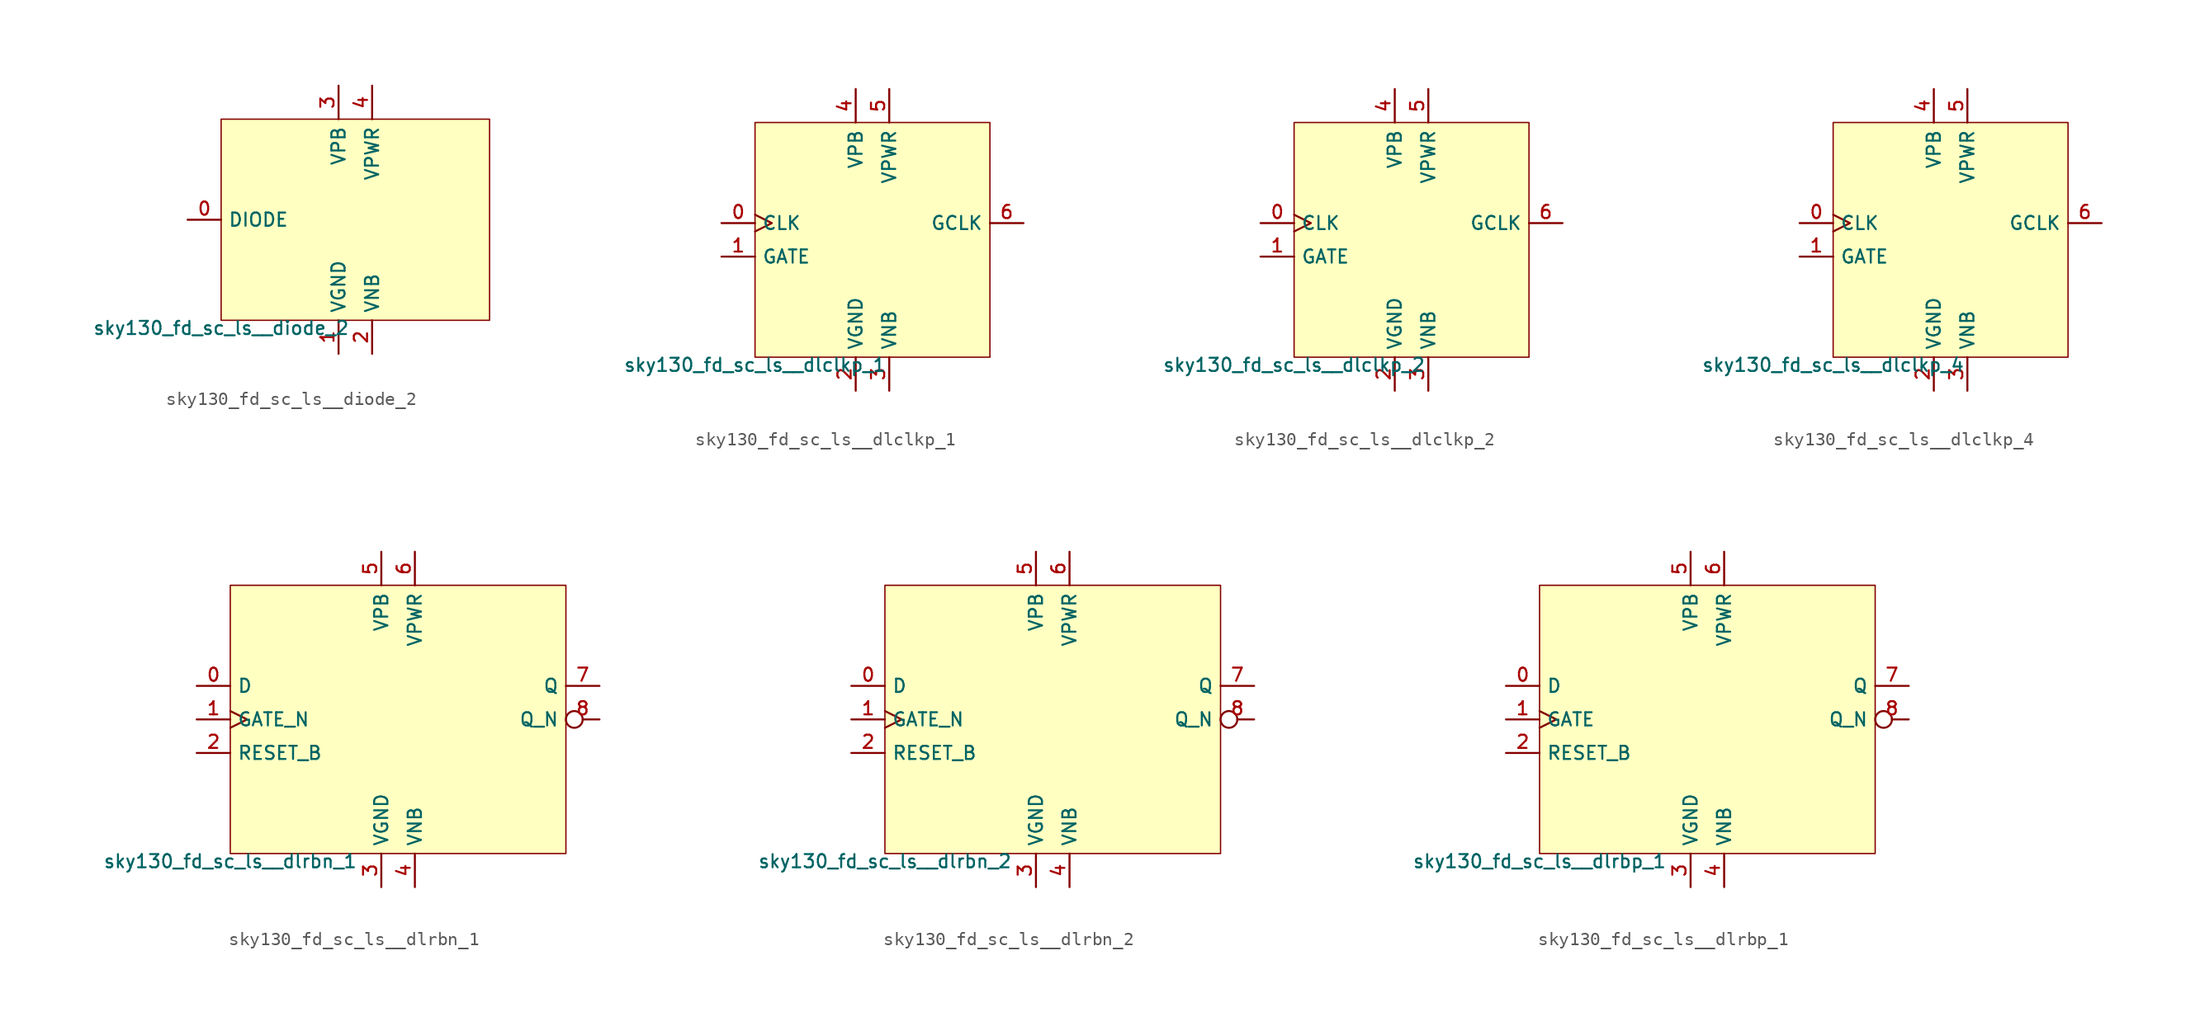
<source format=kicad_sym>
(kicad_symbol_lib
  (version 20211014)
  (generator lef2kicad_sym)
  (symbol "sky130_fd_sc_ls__diode_2"
    (property "Reference" "X"
      (at 0 0 0)
      (effects (font (size 1 1)) hide))
    (property "Value" "sky130_fd_sc_ls__diode_2"
      (at -10.16 -7.62 0)
      (effects (font (size 1 1)) (justify top)))
    (rectangle
      (start -10.16 -7.62)
      (end 10.16 7.62)
      (stroke (width 0.1) (type solid) (color 0 0 0 0))
      (fill (type background)))
    (pin input line
      (at -12.7 0.0 0)
      (length 2.54)
      (name "DIODE" (effects (font (size 1 1)) hide))
      (number "0" (effects (font (size 1 1)) hide)))
    (pin power_in line
      (at -1.27 -10.16 90)
      (length 2.54)
      (name "VGND" (effects (font (size 1 1)) hide))
      (number "1" (effects (font (size 1 1)) hide)))
    (pin power_in line
      (at 1.27 -10.16 90)
      (length 2.54)
      (name "VNB" (effects (font (size 1 1)) hide))
      (number "2" (effects (font (size 1 1)) hide)))
    (pin power_in line
      (at -1.27 10.16 270)
      (length 2.54)
      (name "VPB" (effects (font (size 1 1)) hide))
      (number "3" (effects (font (size 1 1)) hide)))
    (pin power_in line
      (at 1.27 10.16 270)
      (length 2.54)
      (name "VPWR" (effects (font (size 1 1)) hide))
      (number "4" (effects (font (size 1 1)) hide))))
  (symbol "sky130_fd_sc_ls__dlclkp_1"
    (property "Reference" "X"
      (at 0 0 0)
      (effects (font (size 1 1)) hide))
    (property "Value" "sky130_fd_sc_ls__dlclkp_1"
      (at -8.89 -8.89 0)
      (effects (font (size 1 1)) (justify top)))
    (rectangle
      (start -8.89 -8.89)
      (end 8.89 8.89)
      (stroke (width 0.1) (type solid) (color 0 0 0 0))
      (fill (type background)))
    (pin input clock
      (at -11.43 1.27 0)
      (length 2.54)
      (name "CLK" (effects (font (size 1 1)) hide))
      (number "0" (effects (font (size 1 1)) hide)))
    (pin input line
      (at -11.43 -1.27 0)
      (length 2.54)
      (name "GATE" (effects (font (size 1 1)) hide))
      (number "1" (effects (font (size 1 1)) hide)))
    (pin power_in line
      (at -1.27 -11.43 90)
      (length 2.54)
      (name "VGND" (effects (font (size 1 1)) hide))
      (number "2" (effects (font (size 1 1)) hide)))
    (pin power_in line
      (at 1.27 -11.43 90)
      (length 2.54)
      (name "VNB" (effects (font (size 1 1)) hide))
      (number "3" (effects (font (size 1 1)) hide)))
    (pin power_in line
      (at -1.27 11.43 270)
      (length 2.54)
      (name "VPB" (effects (font (size 1 1)) hide))
      (number "4" (effects (font (size 1 1)) hide)))
    (pin power_in line
      (at 1.27 11.43 270)
      (length 2.54)
      (name "VPWR" (effects (font (size 1 1)) hide))
      (number "5" (effects (font (size 1 1)) hide)))
    (pin output line
      (at 11.43 1.27 180)
      (length 2.54)
      (name "GCLK" (effects (font (size 1 1)) hide))
      (number "6" (effects (font (size 1 1)) hide))))
  (symbol "sky130_fd_sc_ls__dlclkp_2"
    (property "Reference" "X"
      (at 0 0 0)
      (effects (font (size 1 1)) hide))
    (property "Value" "sky130_fd_sc_ls__dlclkp_2"
      (at -8.89 -8.89 0)
      (effects (font (size 1 1)) (justify top)))
    (rectangle
      (start -8.89 -8.89)
      (end 8.89 8.89)
      (stroke (width 0.1) (type solid) (color 0 0 0 0))
      (fill (type background)))
    (pin input clock
      (at -11.43 1.27 0)
      (length 2.54)
      (name "CLK" (effects (font (size 1 1)) hide))
      (number "0" (effects (font (size 1 1)) hide)))
    (pin input line
      (at -11.43 -1.27 0)
      (length 2.54)
      (name "GATE" (effects (font (size 1 1)) hide))
      (number "1" (effects (font (size 1 1)) hide)))
    (pin power_in line
      (at -1.27 -11.43 90)
      (length 2.54)
      (name "VGND" (effects (font (size 1 1)) hide))
      (number "2" (effects (font (size 1 1)) hide)))
    (pin power_in line
      (at 1.27 -11.43 90)
      (length 2.54)
      (name "VNB" (effects (font (size 1 1)) hide))
      (number "3" (effects (font (size 1 1)) hide)))
    (pin power_in line
      (at -1.27 11.43 270)
      (length 2.54)
      (name "VPB" (effects (font (size 1 1)) hide))
      (number "4" (effects (font (size 1 1)) hide)))
    (pin power_in line
      (at 1.27 11.43 270)
      (length 2.54)
      (name "VPWR" (effects (font (size 1 1)) hide))
      (number "5" (effects (font (size 1 1)) hide)))
    (pin output line
      (at 11.43 1.27 180)
      (length 2.54)
      (name "GCLK" (effects (font (size 1 1)) hide))
      (number "6" (effects (font (size 1 1)) hide))))
  (symbol "sky130_fd_sc_ls__dlclkp_4"
    (property "Reference" "X"
      (at 0 0 0)
      (effects (font (size 1 1)) hide))
    (property "Value" "sky130_fd_sc_ls__dlclkp_4"
      (at -8.89 -8.89 0)
      (effects (font (size 1 1)) (justify top)))
    (rectangle
      (start -8.89 -8.89)
      (end 8.89 8.89)
      (stroke (width 0.1) (type solid) (color 0 0 0 0))
      (fill (type background)))
    (pin input clock
      (at -11.43 1.27 0)
      (length 2.54)
      (name "CLK" (effects (font (size 1 1)) hide))
      (number "0" (effects (font (size 1 1)) hide)))
    (pin input line
      (at -11.43 -1.27 0)
      (length 2.54)
      (name "GATE" (effects (font (size 1 1)) hide))
      (number "1" (effects (font (size 1 1)) hide)))
    (pin power_in line
      (at -1.27 -11.43 90)
      (length 2.54)
      (name "VGND" (effects (font (size 1 1)) hide))
      (number "2" (effects (font (size 1 1)) hide)))
    (pin power_in line
      (at 1.27 -11.43 90)
      (length 2.54)
      (name "VNB" (effects (font (size 1 1)) hide))
      (number "3" (effects (font (size 1 1)) hide)))
    (pin power_in line
      (at -1.27 11.43 270)
      (length 2.54)
      (name "VPB" (effects (font (size 1 1)) hide))
      (number "4" (effects (font (size 1 1)) hide)))
    (pin power_in line
      (at 1.27 11.43 270)
      (length 2.54)
      (name "VPWR" (effects (font (size 1 1)) hide))
      (number "5" (effects (font (size 1 1)) hide)))
    (pin output line
      (at 11.43 1.27 180)
      (length 2.54)
      (name "GCLK" (effects (font (size 1 1)) hide))
      (number "6" (effects (font (size 1 1)) hide))))
  (symbol "sky130_fd_sc_ls__dlrbn_1"
    (property "Reference" "X"
      (at 0 0 0)
      (effects (font (size 1 1)) hide))
    (property "Value" "sky130_fd_sc_ls__dlrbn_1"
      (at -12.7 -10.16 0)
      (effects (font (size 1 1)) (justify top)))
    (rectangle
      (start -12.7 -10.16)
      (end 12.7 10.16)
      (stroke (width 0.1) (type solid) (color 0 0 0 0))
      (fill (type background)))
    (pin input line
      (at -15.24 2.54 0)
      (length 2.54)
      (name "D" (effects (font (size 1 1)) hide))
      (number "0" (effects (font (size 1 1)) hide)))
    (pin input clock
      (at -15.24 0.0 0)
      (length 2.54)
      (name "GATE_N" (effects (font (size 1 1)) hide))
      (number "1" (effects (font (size 1 1)) hide)))
    (pin input line
      (at -15.24 -2.54 0)
      (length 2.54)
      (name "RESET_B" (effects (font (size 1 1)) hide))
      (number "2" (effects (font (size 1 1)) hide)))
    (pin power_in line
      (at -1.27 -12.7 90)
      (length 2.54)
      (name "VGND" (effects (font (size 1 1)) hide))
      (number "3" (effects (font (size 1 1)) hide)))
    (pin power_in line
      (at 1.27 -12.7 90)
      (length 2.54)
      (name "VNB" (effects (font (size 1 1)) hide))
      (number "4" (effects (font (size 1 1)) hide)))
    (pin power_in line
      (at -1.27 12.7 270)
      (length 2.54)
      (name "VPB" (effects (font (size 1 1)) hide))
      (number "5" (effects (font (size 1 1)) hide)))
    (pin power_in line
      (at 1.27 12.7 270)
      (length 2.54)
      (name "VPWR" (effects (font (size 1 1)) hide))
      (number "6" (effects (font (size 1 1)) hide)))
    (pin output line
      (at 15.24 2.54 180)
      (length 2.54)
      (name "Q" (effects (font (size 1 1)) hide))
      (number "7" (effects (font (size 1 1)) hide)))
    (pin output inverted
      (at 15.24 0.0 180)
      (length 2.54)
      (name "Q_N" (effects (font (size 1 1)) hide))
      (number "8" (effects (font (size 1 1)) hide))))
  (symbol "sky130_fd_sc_ls__dlrbn_2"
    (property "Reference" "X"
      (at 0 0 0)
      (effects (font (size 1 1)) hide))
    (property "Value" "sky130_fd_sc_ls__dlrbn_2"
      (at -12.7 -10.16 0)
      (effects (font (size 1 1)) (justify top)))
    (rectangle
      (start -12.7 -10.16)
      (end 12.7 10.16)
      (stroke (width 0.1) (type solid) (color 0 0 0 0))
      (fill (type background)))
    (pin input line
      (at -15.24 2.54 0)
      (length 2.54)
      (name "D" (effects (font (size 1 1)) hide))
      (number "0" (effects (font (size 1 1)) hide)))
    (pin input clock
      (at -15.24 0.0 0)
      (length 2.54)
      (name "GATE_N" (effects (font (size 1 1)) hide))
      (number "1" (effects (font (size 1 1)) hide)))
    (pin input line
      (at -15.24 -2.54 0)
      (length 2.54)
      (name "RESET_B" (effects (font (size 1 1)) hide))
      (number "2" (effects (font (size 1 1)) hide)))
    (pin power_in line
      (at -1.27 -12.7 90)
      (length 2.54)
      (name "VGND" (effects (font (size 1 1)) hide))
      (number "3" (effects (font (size 1 1)) hide)))
    (pin power_in line
      (at 1.27 -12.7 90)
      (length 2.54)
      (name "VNB" (effects (font (size 1 1)) hide))
      (number "4" (effects (font (size 1 1)) hide)))
    (pin power_in line
      (at -1.27 12.7 270)
      (length 2.54)
      (name "VPB" (effects (font (size 1 1)) hide))
      (number "5" (effects (font (size 1 1)) hide)))
    (pin power_in line
      (at 1.27 12.7 270)
      (length 2.54)
      (name "VPWR" (effects (font (size 1 1)) hide))
      (number "6" (effects (font (size 1 1)) hide)))
    (pin output line
      (at 15.24 2.54 180)
      (length 2.54)
      (name "Q" (effects (font (size 1 1)) hide))
      (number "7" (effects (font (size 1 1)) hide)))
    (pin output inverted
      (at 15.24 0.0 180)
      (length 2.54)
      (name "Q_N" (effects (font (size 1 1)) hide))
      (number "8" (effects (font (size 1 1)) hide))))
  (symbol "sky130_fd_sc_ls__dlrbp_1"
    (property "Reference" "X"
      (at 0 0 0)
      (effects (font (size 1 1)) hide))
    (property "Value" "sky130_fd_sc_ls__dlrbp_1"
      (at -12.7 -10.16 0)
      (effects (font (size 1 1)) (justify top)))
    (rectangle
      (start -12.7 -10.16)
      (end 12.7 10.16)
      (stroke (width 0.1) (type solid) (color 0 0 0 0))
      (fill (type background)))
    (pin input line
      (at -15.24 2.54 0)
      (length 2.54)
      (name "D" (effects (font (size 1 1)) hide))
      (number "0" (effects (font (size 1 1)) hide)))
    (pin input clock
      (at -15.24 0.0 0)
      (length 2.54)
      (name "GATE" (effects (font (size 1 1)) hide))
      (number "1" (effects (font (size 1 1)) hide)))
    (pin input line
      (at -15.24 -2.54 0)
      (length 2.54)
      (name "RESET_B" (effects (font (size 1 1)) hide))
      (number "2" (effects (font (size 1 1)) hide)))
    (pin power_in line
      (at -1.27 -12.7 90)
      (length 2.54)
      (name "VGND" (effects (font (size 1 1)) hide))
      (number "3" (effects (font (size 1 1)) hide)))
    (pin power_in line
      (at 1.27 -12.7 90)
      (length 2.54)
      (name "VNB" (effects (font (size 1 1)) hide))
      (number "4" (effects (font (size 1 1)) hide)))
    (pin power_in line
      (at -1.27 12.7 270)
      (length 2.54)
      (name "VPB" (effects (font (size 1 1)) hide))
      (number "5" (effects (font (size 1 1)) hide)))
    (pin power_in line
      (at 1.27 12.7 270)
      (length 2.54)
      (name "VPWR" (effects (font (size 1 1)) hide))
      (number "6" (effects (font (size 1 1)) hide)))
    (pin output line
      (at 15.24 2.54 180)
      (length 2.54)
      (name "Q" (effects (font (size 1 1)) hide))
      (number "7" (effects (font (size 1 1)) hide)))
    (pin output inverted
      (at 15.24 0.0 180)
      (length 2.54)
      (name "Q_N" (effects (font (size 1 1)) hide))
      (number "8" (effects (font (size 1 1)) hide)))))
</source>
